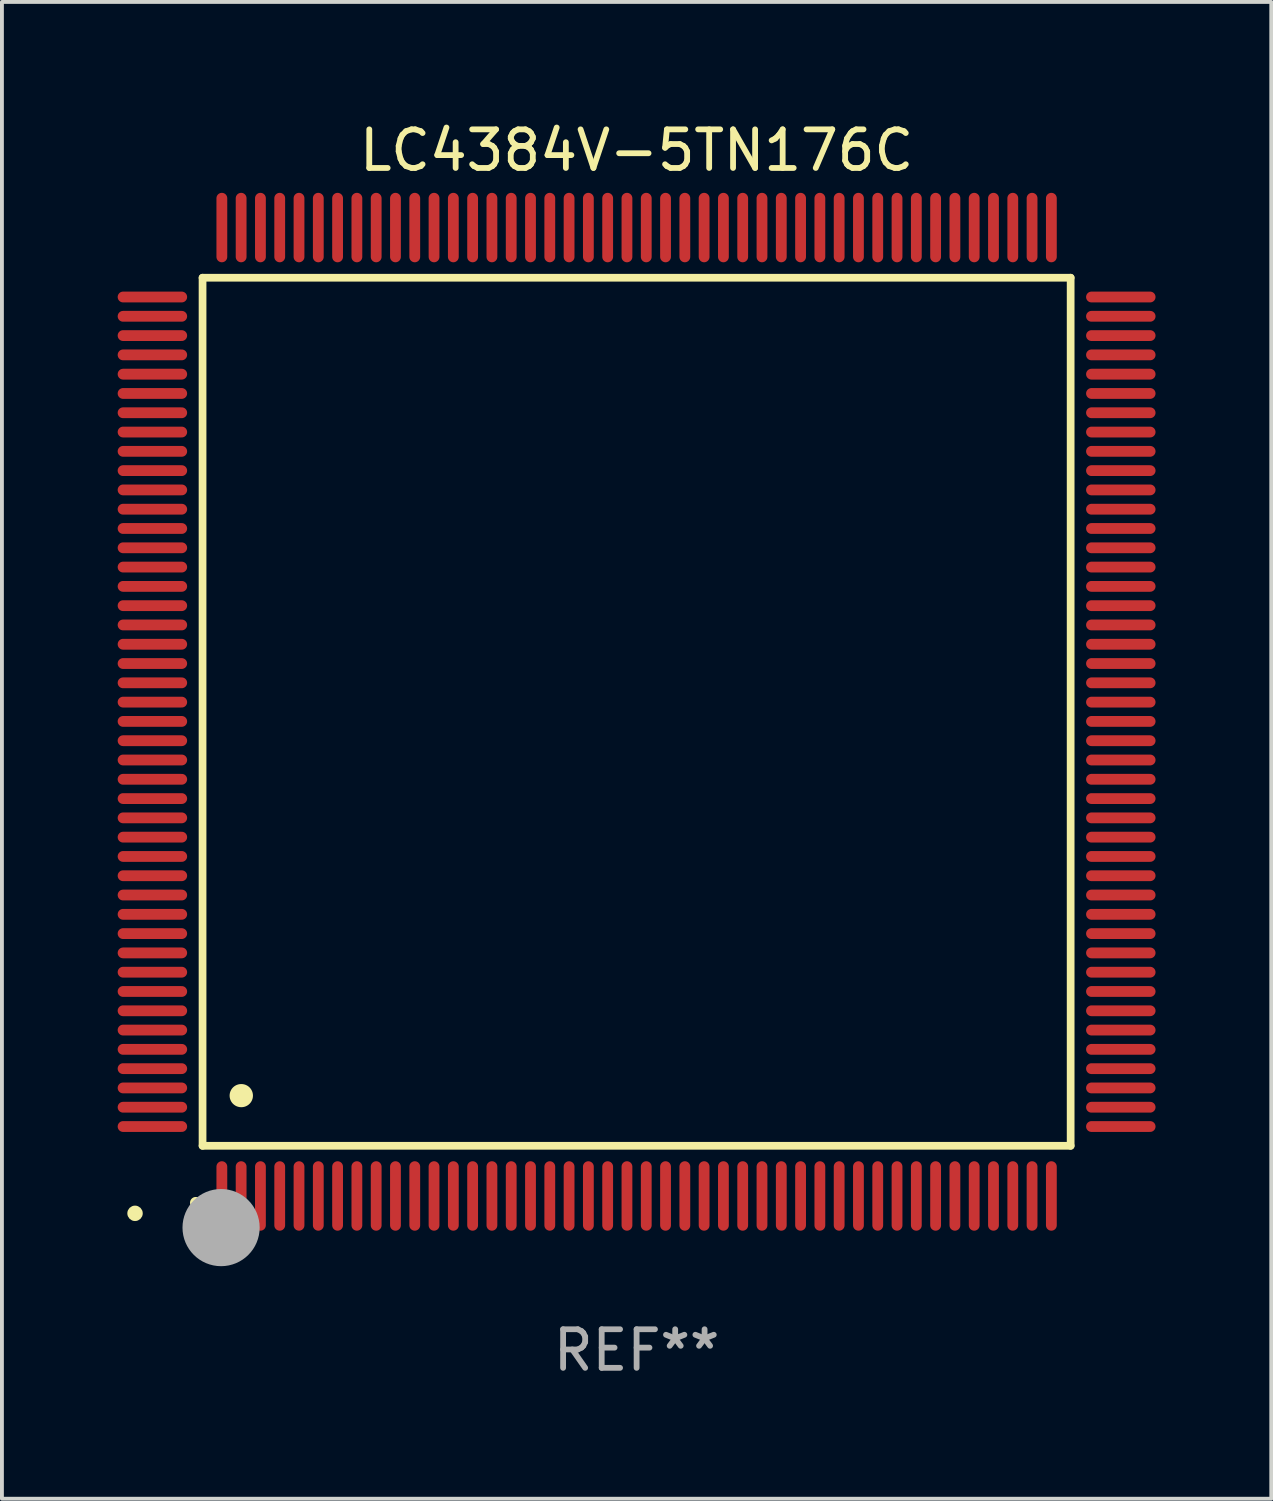
<source format=kicad_pcb>
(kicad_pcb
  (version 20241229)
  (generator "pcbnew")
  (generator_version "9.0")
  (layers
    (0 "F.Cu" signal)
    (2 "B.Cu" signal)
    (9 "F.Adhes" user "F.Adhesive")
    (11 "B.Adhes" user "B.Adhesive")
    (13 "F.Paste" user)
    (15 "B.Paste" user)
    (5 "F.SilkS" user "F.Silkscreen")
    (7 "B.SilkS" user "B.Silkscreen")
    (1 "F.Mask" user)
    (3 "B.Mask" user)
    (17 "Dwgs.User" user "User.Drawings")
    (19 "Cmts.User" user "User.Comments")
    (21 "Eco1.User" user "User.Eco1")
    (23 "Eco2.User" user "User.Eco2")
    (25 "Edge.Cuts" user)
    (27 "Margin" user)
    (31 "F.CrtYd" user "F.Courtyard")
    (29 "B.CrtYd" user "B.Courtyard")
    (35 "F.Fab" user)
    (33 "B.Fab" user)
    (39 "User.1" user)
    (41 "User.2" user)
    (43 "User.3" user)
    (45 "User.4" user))
  (footprint "LC4384V-5TN176C"
    (layer "F.Cu")
    (at 13.45 15.398)
    (property "Reference" "LC4384V-5TN176C" (at 0 -14.55 0) (layer "F.SilkS") (effects (font (size 1 1) (thickness 0.15))))
    (attr through_hole)
    (fp_line (start -11.25 -11.25) (end 11.25 -11.25) (stroke (width 0.2) (type solid)) (layer "F.SilkS"))
    (fp_line (start -11.25 11.25) (end -11.25 -11.25) (stroke (width 0.2) (type solid)) (layer "F.SilkS"))
    (fp_line (start 11.25 -11.25) (end 11.25 11.25) (stroke (width 0.2) (type solid)) (layer "F.SilkS"))
    (fp_line (start 11.25 11.25) (end -11.25 11.25) (stroke (width 0.2) (type solid)) (layer "F.SilkS"))
    (fp_arc (start -11.424943 12.725425) (mid -11.423673 12.72542) (end -11.422403 12.725425) (stroke (width 0.3) (type solid)) (layer "F.SilkS"))
    (fp_arc (start -10.24892 9.9492) (mid -10.24638 9.949189) (end -10.24384 9.9492) (stroke (width 0.6) (type solid)) (layer "F.SilkS"))
    (fp_circle (center -13 13) (end -12.9 13) (stroke (width 0.2) (type solid)) (fill no) (layer "F.SilkS"))
    (fp_circle (center -10.77 13.37) (end -10.27 13.37) (stroke (width 1) (type solid)) (fill no) (layer "F.Fab"))
    (fp_text user "REF**" (at 0 16.55 0) (layer "F.Fab") (effects (font (size 1 1) (thickness 0.15))))
    (pad "1" smd oval (at -10.75 12.55) (size 0.28 1.8) (layers "F.Cu" "F.Mask" "F.Paste"))
    (pad "2" smd oval (at -10.25 12.55) (size 0.28 1.8) (layers "F.Cu" "F.Mask" "F.Paste"))
    (pad "3" smd oval (at -9.75 12.55) (size 0.28 1.8) (layers "F.Cu" "F.Mask" "F.Paste"))
    (pad "4" smd oval (at -9.25 12.55) (size 0.28 1.8) (layers "F.Cu" "F.Mask" "F.Paste"))
    (pad "5" smd oval (at -8.75 12.55) (size 0.28 1.8) (layers "F.Cu" "F.Mask" "F.Paste"))
    (pad "6" smd oval (at -8.25 12.55) (size 0.28 1.8) (layers "F.Cu" "F.Mask" "F.Paste"))
    (pad "7" smd oval (at -7.75 12.55) (size 0.28 1.8) (layers "F.Cu" "F.Mask" "F.Paste"))
    (pad "8" smd oval (at -7.25 12.55) (size 0.28 1.8) (layers "F.Cu" "F.Mask" "F.Paste"))
    (pad "9" smd oval (at -6.75 12.55) (size 0.28 1.8) (layers "F.Cu" "F.Mask" "F.Paste"))
    (pad "10" smd oval (at -6.25 12.55) (size 0.28 1.8) (layers "F.Cu" "F.Mask" "F.Paste"))
    (pad "11" smd oval (at -5.75 12.55) (size 0.28 1.8) (layers "F.Cu" "F.Mask" "F.Paste"))
    (pad "12" smd oval (at -5.25 12.55) (size 0.28 1.8) (layers "F.Cu" "F.Mask" "F.Paste"))
    (pad "13" smd oval (at -4.75 12.55) (size 0.28 1.8) (layers "F.Cu" "F.Mask" "F.Paste"))
    (pad "14" smd oval (at -4.25 12.55) (size 0.28 1.8) (layers "F.Cu" "F.Mask" "F.Paste"))
    (pad "15" smd oval (at -3.75 12.55) (size 0.28 1.8) (layers "F.Cu" "F.Mask" "F.Paste"))
    (pad "16" smd oval (at -3.25 12.55) (size 0.28 1.8) (layers "F.Cu" "F.Mask" "F.Paste"))
    (pad "17" smd oval (at -2.75 12.55) (size 0.28 1.8) (layers "F.Cu" "F.Mask" "F.Paste"))
    (pad "18" smd oval (at -2.25 12.55) (size 0.28 1.8) (layers "F.Cu" "F.Mask" "F.Paste"))
    (pad "19" smd oval (at -1.75 12.55) (size 0.28 1.8) (layers "F.Cu" "F.Mask" "F.Paste"))
    (pad "20" smd oval (at -1.25 12.55) (size 0.28 1.8) (layers "F.Cu" "F.Mask" "F.Paste"))
    (pad "21" smd oval (at -0.75 12.55) (size 0.28 1.8) (layers "F.Cu" "F.Mask" "F.Paste"))
    (pad "22" smd oval (at -0.25 12.55) (size 0.28 1.8) (layers "F.Cu" "F.Mask" "F.Paste"))
    (pad "23" smd oval (at 0.25 12.55) (size 0.28 1.8) (layers "F.Cu" "F.Mask" "F.Paste"))
    (pad "24" smd oval (at 0.75 12.55) (size 0.28 1.8) (layers "F.Cu" "F.Mask" "F.Paste"))
    (pad "25" smd oval (at 1.25 12.55) (size 0.28 1.8) (layers "F.Cu" "F.Mask" "F.Paste"))
    (pad "26" smd oval (at 1.75 12.55) (size 0.28 1.8) (layers "F.Cu" "F.Mask" "F.Paste"))
    (pad "27" smd oval (at 2.25 12.55) (size 0.28 1.8) (layers "F.Cu" "F.Mask" "F.Paste"))
    (pad "28" smd oval (at 2.75 12.55) (size 0.28 1.8) (layers "F.Cu" "F.Mask" "F.Paste"))
    (pad "29" smd oval (at 3.25 12.55) (size 0.28 1.8) (layers "F.Cu" "F.Mask" "F.Paste"))
    (pad "30" smd oval (at 3.75 12.55) (size 0.28 1.8) (layers "F.Cu" "F.Mask" "F.Paste"))
    (pad "31" smd oval (at 4.25 12.55) (size 0.28 1.8) (layers "F.Cu" "F.Mask" "F.Paste"))
    (pad "32" smd oval (at 4.75 12.55) (size 0.28 1.8) (layers "F.Cu" "F.Mask" "F.Paste"))
    (pad "33" smd oval (at 5.25 12.55) (size 0.28 1.8) (layers "F.Cu" "F.Mask" "F.Paste"))
    (pad "34" smd oval (at 5.75 12.55) (size 0.28 1.8) (layers "F.Cu" "F.Mask" "F.Paste"))
    (pad "35" smd oval (at 6.25 12.55) (size 0.28 1.8) (layers "F.Cu" "F.Mask" "F.Paste"))
    (pad "36" smd oval (at 6.75 12.55) (size 0.28 1.8) (layers "F.Cu" "F.Mask" "F.Paste"))
    (pad "37" smd oval (at 7.25 12.55) (size 0.28 1.8) (layers "F.Cu" "F.Mask" "F.Paste"))
    (pad "38" smd oval (at 7.75 12.55) (size 0.28 1.8) (layers "F.Cu" "F.Mask" "F.Paste"))
    (pad "39" smd oval (at 8.25 12.55) (size 0.28 1.8) (layers "F.Cu" "F.Mask" "F.Paste"))
    (pad "40" smd oval (at 8.75 12.55) (size 0.28 1.8) (layers "F.Cu" "F.Mask" "F.Paste"))
    (pad "41" smd oval (at 9.25 12.55) (size 0.28 1.8) (layers "F.Cu" "F.Mask" "F.Paste"))
    (pad "42" smd oval (at 9.75 12.55) (size 0.28 1.8) (layers "F.Cu" "F.Mask" "F.Paste"))
    (pad "43" smd oval (at 10.25 12.55) (size 0.28 1.8) (layers "F.Cu" "F.Mask" "F.Paste"))
    (pad "44" smd oval (at 10.75 12.55) (size 0.28 1.8) (layers "F.Cu" "F.Mask" "F.Paste"))
    (pad "45" smd oval (at 12.55 10.75) (size 1.8 0.28) (layers "F.Cu" "F.Mask" "F.Paste"))
    (pad "46" smd oval (at 12.55 10.25) (size 1.8 0.28) (layers "F.Cu" "F.Mask" "F.Paste"))
    (pad "47" smd oval (at 12.55 9.75) (size 1.8 0.28) (layers "F.Cu" "F.Mask" "F.Paste"))
    (pad "48" smd oval (at 12.55 9.25) (size 1.8 0.28) (layers "F.Cu" "F.Mask" "F.Paste"))
    (pad "49" smd oval (at 12.55 8.75) (size 1.8 0.28) (layers "F.Cu" "F.Mask" "F.Paste"))
    (pad "50" smd oval (at 12.55 8.25) (size 1.8 0.28) (layers "F.Cu" "F.Mask" "F.Paste"))
    (pad "51" smd oval (at 12.55 7.75) (size 1.8 0.28) (layers "F.Cu" "F.Mask" "F.Paste"))
    (pad "52" smd oval (at 12.55 7.25) (size 1.8 0.28) (layers "F.Cu" "F.Mask" "F.Paste"))
    (pad "53" smd oval (at 12.55 6.75) (size 1.8 0.28) (layers "F.Cu" "F.Mask" "F.Paste"))
    (pad "54" smd oval (at 12.55 6.25) (size 1.8 0.28) (layers "F.Cu" "F.Mask" "F.Paste"))
    (pad "55" smd oval (at 12.55 5.75) (size 1.8 0.28) (layers "F.Cu" "F.Mask" "F.Paste"))
    (pad "56" smd oval (at 12.55 5.25) (size 1.8 0.28) (layers "F.Cu" "F.Mask" "F.Paste"))
    (pad "57" smd oval (at 12.55 4.75) (size 1.8 0.28) (layers "F.Cu" "F.Mask" "F.Paste"))
    (pad "58" smd oval (at 12.55 4.25) (size 1.8 0.28) (layers "F.Cu" "F.Mask" "F.Paste"))
    (pad "59" smd oval (at 12.55 3.75) (size 1.8 0.28) (layers "F.Cu" "F.Mask" "F.Paste"))
    (pad "60" smd oval (at 12.55 3.25) (size 1.8 0.28) (layers "F.Cu" "F.Mask" "F.Paste"))
    (pad "61" smd oval (at 12.55 2.75) (size 1.8 0.28) (layers "F.Cu" "F.Mask" "F.Paste"))
    (pad "62" smd oval (at 12.55 2.25) (size 1.8 0.28) (layers "F.Cu" "F.Mask" "F.Paste"))
    (pad "63" smd oval (at 12.55 1.75) (size 1.8 0.28) (layers "F.Cu" "F.Mask" "F.Paste"))
    (pad "64" smd oval (at 12.55 1.25) (size 1.8 0.28) (layers "F.Cu" "F.Mask" "F.Paste"))
    (pad "65" smd oval (at 12.55 0.75) (size 1.8 0.28) (layers "F.Cu" "F.Mask" "F.Paste"))
    (pad "66" smd oval (at 12.55 0.25) (size 1.8 0.28) (layers "F.Cu" "F.Mask" "F.Paste"))
    (pad "67" smd oval (at 12.55 -0.25) (size 1.8 0.28) (layers "F.Cu" "F.Mask" "F.Paste"))
    (pad "68" smd oval (at 12.55 -0.75) (size 1.8 0.28) (layers "F.Cu" "F.Mask" "F.Paste"))
    (pad "69" smd oval (at 12.55 -1.25) (size 1.8 0.28) (layers "F.Cu" "F.Mask" "F.Paste"))
    (pad "70" smd oval (at 12.55 -1.75) (size 1.8 0.28) (layers "F.Cu" "F.Mask" "F.Paste"))
    (pad "71" smd oval (at 12.55 -2.25) (size 1.8 0.28) (layers "F.Cu" "F.Mask" "F.Paste"))
    (pad "72" smd oval (at 12.55 -2.75) (size 1.8 0.28) (layers "F.Cu" "F.Mask" "F.Paste"))
    (pad "73" smd oval (at 12.55 -3.25) (size 1.8 0.28) (layers "F.Cu" "F.Mask" "F.Paste"))
    (pad "74" smd oval (at 12.55 -3.75) (size 1.8 0.28) (layers "F.Cu" "F.Mask" "F.Paste"))
    (pad "75" smd oval (at 12.55 -4.25) (size 1.8 0.28) (layers "F.Cu" "F.Mask" "F.Paste"))
    (pad "76" smd oval (at 12.55 -4.75) (size 1.8 0.28) (layers "F.Cu" "F.Mask" "F.Paste"))
    (pad "77" smd oval (at 12.55 -5.25) (size 1.8 0.28) (layers "F.Cu" "F.Mask" "F.Paste"))
    (pad "78" smd oval (at 12.55 -5.75) (size 1.8 0.28) (layers "F.Cu" "F.Mask" "F.Paste"))
    (pad "79" smd oval (at 12.55 -6.25) (size 1.8 0.28) (layers "F.Cu" "F.Mask" "F.Paste"))
    (pad "80" smd oval (at 12.55 -6.75) (size 1.8 0.28) (layers "F.Cu" "F.Mask" "F.Paste"))
    (pad "81" smd oval (at 12.55 -7.25) (size 1.8 0.28) (layers "F.Cu" "F.Mask" "F.Paste"))
    (pad "82" smd oval (at 12.55 -7.75) (size 1.8 0.28) (layers "F.Cu" "F.Mask" "F.Paste"))
    (pad "83" smd oval (at 12.55 -8.25) (size 1.8 0.28) (layers "F.Cu" "F.Mask" "F.Paste"))
    (pad "84" smd oval (at 12.55 -8.75) (size 1.8 0.28) (layers "F.Cu" "F.Mask" "F.Paste"))
    (pad "85" smd oval (at 12.55 -9.25) (size 1.8 0.28) (layers "F.Cu" "F.Mask" "F.Paste"))
    (pad "86" smd oval (at 12.55 -9.75) (size 1.8 0.28) (layers "F.Cu" "F.Mask" "F.Paste"))
    (pad "87" smd oval (at 12.55 -10.25) (size 1.8 0.28) (layers "F.Cu" "F.Mask" "F.Paste"))
    (pad "88" smd oval (at 12.55 -10.75) (size 1.8 0.28) (layers "F.Cu" "F.Mask" "F.Paste"))
    (pad "89" smd oval (at 10.75 -12.55) (size 0.28 1.8) (layers "F.Cu" "F.Mask" "F.Paste"))
    (pad "90" smd oval (at 10.25 -12.55) (size 0.28 1.8) (layers "F.Cu" "F.Mask" "F.Paste"))
    (pad "91" smd oval (at 9.75 -12.55) (size 0.28 1.8) (layers "F.Cu" "F.Mask" "F.Paste"))
    (pad "92" smd oval (at 9.25 -12.55) (size 0.28 1.8) (layers "F.Cu" "F.Mask" "F.Paste"))
    (pad "93" smd oval (at 8.75 -12.55) (size 0.28 1.8) (layers "F.Cu" "F.Mask" "F.Paste"))
    (pad "94" smd oval (at 8.25 -12.55) (size 0.28 1.8) (layers "F.Cu" "F.Mask" "F.Paste"))
    (pad "95" smd oval (at 7.75 -12.55) (size 0.28 1.8) (layers "F.Cu" "F.Mask" "F.Paste"))
    (pad "96" smd oval (at 7.25 -12.55) (size 0.28 1.8) (layers "F.Cu" "F.Mask" "F.Paste"))
    (pad "97" smd oval (at 6.75 -12.55) (size 0.28 1.8) (layers "F.Cu" "F.Mask" "F.Paste"))
    (pad "98" smd oval (at 6.25 -12.55) (size 0.28 1.8) (layers "F.Cu" "F.Mask" "F.Paste"))
    (pad "99" smd oval (at 5.75 -12.55) (size 0.28 1.8) (layers "F.Cu" "F.Mask" "F.Paste"))
    (pad "100" smd oval (at 5.25 -12.55) (size 0.28 1.8) (layers "F.Cu" "F.Mask" "F.Paste"))
    (pad "101" smd oval (at 4.75 -12.55) (size 0.28 1.8) (layers "F.Cu" "F.Mask" "F.Paste"))
    (pad "102" smd oval (at 4.25 -12.55) (size 0.28 1.8) (layers "F.Cu" "F.Mask" "F.Paste"))
    (pad "103" smd oval (at 3.75 -12.55) (size 0.28 1.8) (layers "F.Cu" "F.Mask" "F.Paste"))
    (pad "104" smd oval (at 3.25 -12.55) (size 0.28 1.8) (layers "F.Cu" "F.Mask" "F.Paste"))
    (pad "105" smd oval (at 2.75 -12.55) (size 0.28 1.8) (layers "F.Cu" "F.Mask" "F.Paste"))
    (pad "106" smd oval (at 2.25 -12.55) (size 0.28 1.8) (layers "F.Cu" "F.Mask" "F.Paste"))
    (pad "107" smd oval (at 1.75 -12.55) (size 0.28 1.8) (layers "F.Cu" "F.Mask" "F.Paste"))
    (pad "108" smd oval (at 1.25 -12.55) (size 0.28 1.8) (layers "F.Cu" "F.Mask" "F.Paste"))
    (pad "109" smd oval (at 0.75 -12.55) (size 0.28 1.8) (layers "F.Cu" "F.Mask" "F.Paste"))
    (pad "110" smd oval (at 0.25 -12.55) (size 0.28 1.8) (layers "F.Cu" "F.Mask" "F.Paste"))
    (pad "111" smd oval (at -0.25 -12.55) (size 0.28 1.8) (layers "F.Cu" "F.Mask" "F.Paste"))
    (pad "112" smd oval (at -0.75 -12.55) (size 0.28 1.8) (layers "F.Cu" "F.Mask" "F.Paste"))
    (pad "113" smd oval (at -1.25 -12.55) (size 0.28 1.8) (layers "F.Cu" "F.Mask" "F.Paste"))
    (pad "114" smd oval (at -1.75 -12.55) (size 0.28 1.8) (layers "F.Cu" "F.Mask" "F.Paste"))
    (pad "115" smd oval (at -2.25 -12.55) (size 0.28 1.8) (layers "F.Cu" "F.Mask" "F.Paste"))
    (pad "116" smd oval (at -2.75 -12.55) (size 0.28 1.8) (layers "F.Cu" "F.Mask" "F.Paste"))
    (pad "117" smd oval (at -3.25 -12.55) (size 0.28 1.8) (layers "F.Cu" "F.Mask" "F.Paste"))
    (pad "118" smd oval (at -3.75 -12.55) (size 0.28 1.8) (layers "F.Cu" "F.Mask" "F.Paste"))
    (pad "119" smd oval (at -4.25 -12.55) (size 0.28 1.8) (layers "F.Cu" "F.Mask" "F.Paste"))
    (pad "120" smd oval (at -4.75 -12.55) (size 0.28 1.8) (layers "F.Cu" "F.Mask" "F.Paste"))
    (pad "121" smd oval (at -5.25 -12.55) (size 0.28 1.8) (layers "F.Cu" "F.Mask" "F.Paste"))
    (pad "122" smd oval (at -5.75 -12.55) (size 0.28 1.8) (layers "F.Cu" "F.Mask" "F.Paste"))
    (pad "123" smd oval (at -6.25 -12.55) (size 0.28 1.8) (layers "F.Cu" "F.Mask" "F.Paste"))
    (pad "124" smd oval (at -6.75 -12.55) (size 0.28 1.8) (layers "F.Cu" "F.Mask" "F.Paste"))
    (pad "125" smd oval (at -7.25 -12.55) (size 0.28 1.8) (layers "F.Cu" "F.Mask" "F.Paste"))
    (pad "126" smd oval (at -7.75 -12.55) (size 0.28 1.8) (layers "F.Cu" "F.Mask" "F.Paste"))
    (pad "127" smd oval (at -8.25 -12.55) (size 0.28 1.8) (layers "F.Cu" "F.Mask" "F.Paste"))
    (pad "128" smd oval (at -8.75 -12.55) (size 0.28 1.8) (layers "F.Cu" "F.Mask" "F.Paste"))
    (pad "129" smd oval (at -9.25 -12.55) (size 0.28 1.8) (layers "F.Cu" "F.Mask" "F.Paste"))
    (pad "130" smd oval (at -9.75 -12.55) (size 0.28 1.8) (layers "F.Cu" "F.Mask" "F.Paste"))
    (pad "131" smd oval (at -10.25 -12.55) (size 0.28 1.8) (layers "F.Cu" "F.Mask" "F.Paste"))
    (pad "132" smd oval (at -10.75 -12.55) (size 0.28 1.8) (layers "F.Cu" "F.Mask" "F.Paste"))
    (pad "133" smd oval (at -12.55 -10.75) (size 1.8 0.28) (layers "F.Cu" "F.Mask" "F.Paste"))
    (pad "134" smd oval (at -12.55 -10.25) (size 1.8 0.28) (layers "F.Cu" "F.Mask" "F.Paste"))
    (pad "135" smd oval (at -12.55 -9.75) (size 1.8 0.28) (layers "F.Cu" "F.Mask" "F.Paste"))
    (pad "136" smd oval (at -12.55 -9.25) (size 1.8 0.28) (layers "F.Cu" "F.Mask" "F.Paste"))
    (pad "137" smd oval (at -12.55 -8.75) (size 1.8 0.28) (layers "F.Cu" "F.Mask" "F.Paste"))
    (pad "138" smd oval (at -12.55 -8.25) (size 1.8 0.28) (layers "F.Cu" "F.Mask" "F.Paste"))
    (pad "139" smd oval (at -12.55 -7.75) (size 1.8 0.28) (layers "F.Cu" "F.Mask" "F.Paste"))
    (pad "140" smd oval (at -12.55 -7.25) (size 1.8 0.28) (layers "F.Cu" "F.Mask" "F.Paste"))
    (pad "141" smd oval (at -12.55 -6.75) (size 1.8 0.28) (layers "F.Cu" "F.Mask" "F.Paste"))
    (pad "142" smd oval (at -12.55 -6.25) (size 1.8 0.28) (layers "F.Cu" "F.Mask" "F.Paste"))
    (pad "143" smd oval (at -12.55 -5.75) (size 1.8 0.28) (layers "F.Cu" "F.Mask" "F.Paste"))
    (pad "144" smd oval (at -12.55 -5.25) (size 1.8 0.28) (layers "F.Cu" "F.Mask" "F.Paste"))
    (pad "145" smd oval (at -12.55 -4.75) (size 1.8 0.28) (layers "F.Cu" "F.Mask" "F.Paste"))
    (pad "146" smd oval (at -12.55 -4.25) (size 1.8 0.28) (layers "F.Cu" "F.Mask" "F.Paste"))
    (pad "147" smd oval (at -12.55 -3.75) (size 1.8 0.28) (layers "F.Cu" "F.Mask" "F.Paste"))
    (pad "148" smd oval (at -12.55 -3.25) (size 1.8 0.28) (layers "F.Cu" "F.Mask" "F.Paste"))
    (pad "149" smd oval (at -12.55 -2.75) (size 1.8 0.28) (layers "F.Cu" "F.Mask" "F.Paste"))
    (pad "150" smd oval (at -12.55 -2.25) (size 1.8 0.28) (layers "F.Cu" "F.Mask" "F.Paste"))
    (pad "151" smd oval (at -12.55 -1.75) (size 1.8 0.28) (layers "F.Cu" "F.Mask" "F.Paste"))
    (pad "152" smd oval (at -12.55 -1.25) (size 1.8 0.28) (layers "F.Cu" "F.Mask" "F.Paste"))
    (pad "153" smd oval (at -12.55 -0.75) (size 1.8 0.28) (layers "F.Cu" "F.Mask" "F.Paste"))
    (pad "154" smd oval (at -12.55 -0.25) (size 1.8 0.28) (layers "F.Cu" "F.Mask" "F.Paste"))
    (pad "155" smd oval (at -12.55 0.25) (size 1.8 0.28) (layers "F.Cu" "F.Mask" "F.Paste"))
    (pad "156" smd oval (at -12.55 0.75) (size 1.8 0.28) (layers "F.Cu" "F.Mask" "F.Paste"))
    (pad "157" smd oval (at -12.55 1.25) (size 1.8 0.28) (layers "F.Cu" "F.Mask" "F.Paste"))
    (pad "158" smd oval (at -12.55 1.75) (size 1.8 0.28) (layers "F.Cu" "F.Mask" "F.Paste"))
    (pad "159" smd oval (at -12.55 2.25) (size 1.8 0.28) (layers "F.Cu" "F.Mask" "F.Paste"))
    (pad "160" smd oval (at -12.55 2.75) (size 1.8 0.28) (layers "F.Cu" "F.Mask" "F.Paste"))
    (pad "161" smd oval (at -12.55 3.25) (size 1.8 0.28) (layers "F.Cu" "F.Mask" "F.Paste"))
    (pad "162" smd oval (at -12.55 3.75) (size 1.8 0.28) (layers "F.Cu" "F.Mask" "F.Paste"))
    (pad "163" smd oval (at -12.55 4.25) (size 1.8 0.28) (layers "F.Cu" "F.Mask" "F.Paste"))
    (pad "164" smd oval (at -12.55 4.75) (size 1.8 0.28) (layers "F.Cu" "F.Mask" "F.Paste"))
    (pad "165" smd oval (at -12.55 5.25) (size 1.8 0.28) (layers "F.Cu" "F.Mask" "F.Paste"))
    (pad "166" smd oval (at -12.55 5.75) (size 1.8 0.28) (layers "F.Cu" "F.Mask" "F.Paste"))
    (pad "167" smd oval (at -12.55 6.25) (size 1.8 0.28) (layers "F.Cu" "F.Mask" "F.Paste"))
    (pad "168" smd oval (at -12.55 6.75) (size 1.8 0.28) (layers "F.Cu" "F.Mask" "F.Paste"))
    (pad "169" smd oval (at -12.55 7.25) (size 1.8 0.28) (layers "F.Cu" "F.Mask" "F.Paste"))
    (pad "170" smd oval (at -12.55 7.75) (size 1.8 0.28) (layers "F.Cu" "F.Mask" "F.Paste"))
    (pad "171" smd oval (at -12.55 8.25) (size 1.8 0.28) (layers "F.Cu" "F.Mask" "F.Paste"))
    (pad "172" smd oval (at -12.55 8.75) (size 1.8 0.28) (layers "F.Cu" "F.Mask" "F.Paste"))
    (pad "173" smd oval (at -12.55 9.25) (size 1.8 0.28) (layers "F.Cu" "F.Mask" "F.Paste"))
    (pad "174" smd oval (at -12.55 9.75) (size 1.8 0.28) (layers "F.Cu" "F.Mask" "F.Paste"))
    (pad "175" smd oval (at -12.55 10.25) (size 1.8 0.28) (layers "F.Cu" "F.Mask" "F.Paste"))
    (pad "176" smd oval (at -12.55 10.75) (size 1.8 0.28) (layers "F.Cu" "F.Mask" "F.Paste")))
  (gr_rect
    (start -3 -3)
    (end 29.9 35.796)
    (stroke (width 0.1) (type default))
    (fill no)
    (layer "Edge.Cuts")))
</source>
